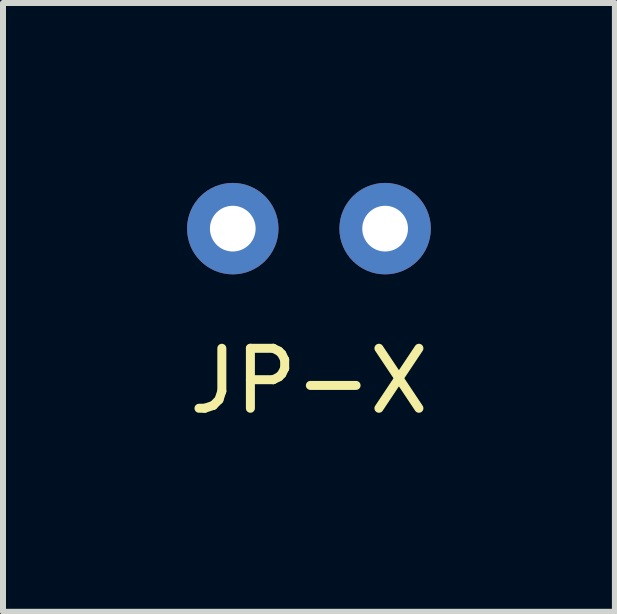
<source format=kicad_pcb>
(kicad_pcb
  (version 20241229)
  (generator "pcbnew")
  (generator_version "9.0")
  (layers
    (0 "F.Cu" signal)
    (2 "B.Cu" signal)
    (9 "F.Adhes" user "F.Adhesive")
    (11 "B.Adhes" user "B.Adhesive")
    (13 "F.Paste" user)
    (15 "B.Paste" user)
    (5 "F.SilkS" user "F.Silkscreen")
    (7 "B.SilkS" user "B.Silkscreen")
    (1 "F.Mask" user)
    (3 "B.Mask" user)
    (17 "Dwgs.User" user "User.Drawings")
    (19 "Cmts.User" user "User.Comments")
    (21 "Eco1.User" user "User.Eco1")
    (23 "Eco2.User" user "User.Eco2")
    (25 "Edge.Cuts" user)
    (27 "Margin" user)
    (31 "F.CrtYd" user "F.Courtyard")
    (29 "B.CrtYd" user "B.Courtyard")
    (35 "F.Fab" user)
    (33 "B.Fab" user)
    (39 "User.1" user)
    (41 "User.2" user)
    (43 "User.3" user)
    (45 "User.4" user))
  (footprint "JP-X"
    (layer "F.Cu")
    (at 2.101 0.762)
    (property "Reference" "JP-X" (at 0 2.54 0) (layer "F.SilkS") (effects (font (size 1 1) (thickness 0.15))))
    (attr through_hole)
    (pad "1" thru_hole circle (at -1.27 0) (size 1.524 1.524) (drill 0.762) (layers "*.Cu" "*.Mask"))
    (pad "2" thru_hole circle (at 1.27 0) (size 1.524 1.524) (drill 0.762) (layers "*.Cu" "*.Mask")))
  (gr_rect
    (start -3 -3)
    (end 7.202 7.15)
    (stroke (width 0.1) (type default))
    (fill no)
    (layer "Edge.Cuts")))
</source>
